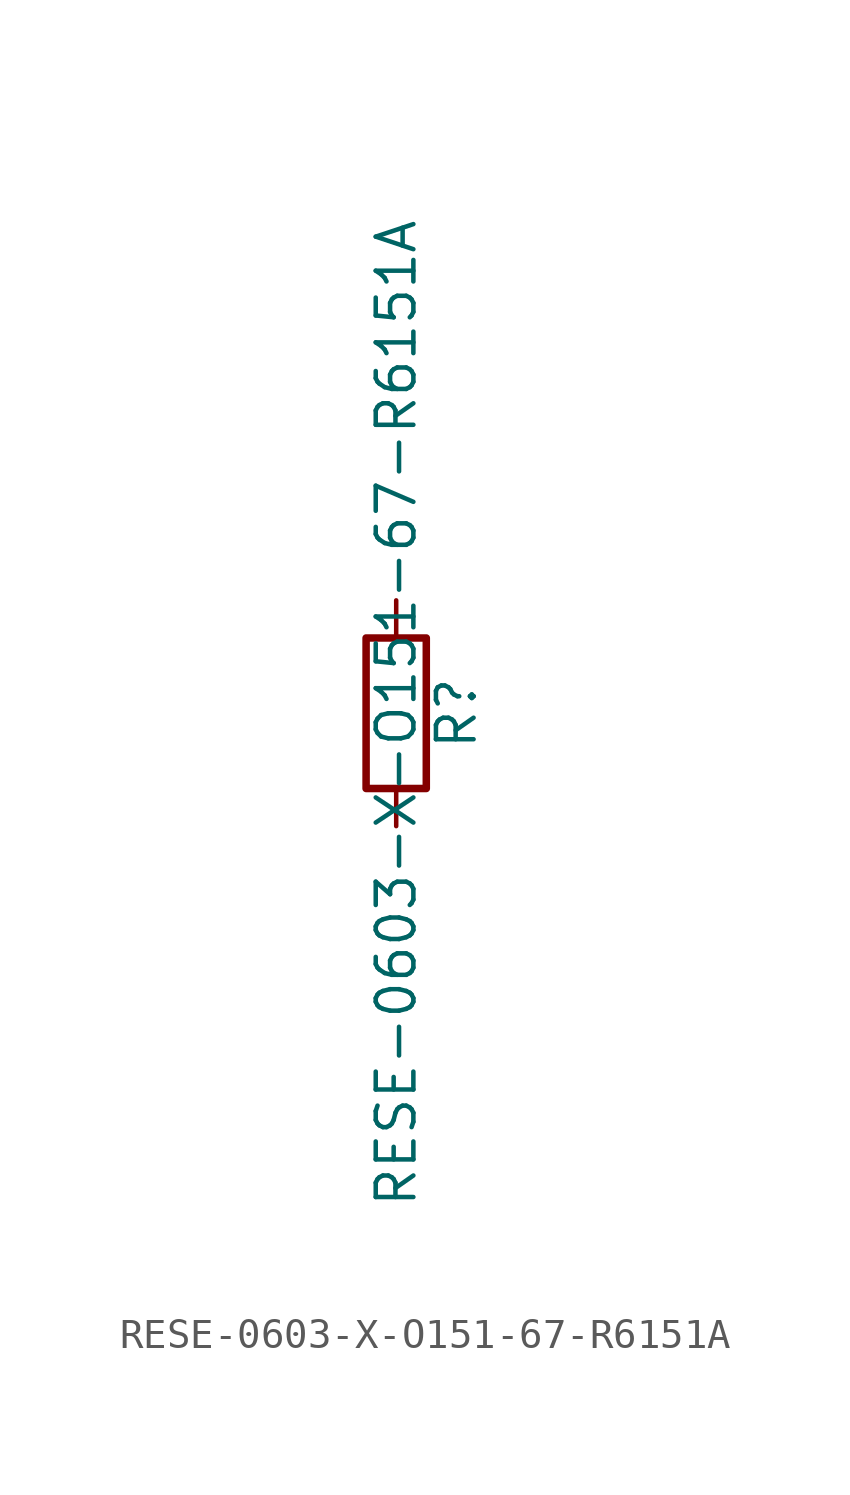
<source format=kicad_sym>
(kicad_symbol_lib
  (version 20211014)
  (generator kicad_symbol_editor)
  (symbol "RESE-0603-X-O151-67-R6151A"
    (pin_numbers hide)
    (pin_names
      (offset 0))
    (property "Reference" "R"
      (at 2.032 0 90)
      (effects (font (size 1.27 1.27))))
    (property "Value" "RESE-0603-X-O151-67-R6151A"
      (at 0 0 90)
      (effects (font (size 1.27 1.27))))
    (symbol "RESE-0603-X-O151-67-R6151A_0_1"
      (rectangle (start -1.016 -2.54) (end 1.016 2.54) (stroke (width 0.254) (type default) (color 0 0 0 0)) (fill (type none))))
    (symbol "RESE-0603-X-O151-67-R6151A_1_1"
      (pin passive line (at 0 3.81 270) (length 1.27) (name "~" (effects (font (size 1.27 1.27)))) (number "1" (effects (font (size 1.27 1.27)))))
      (pin passive line (at 0 -3.81 90) (length 1.27) (name "~" (effects (font (size 1.27 1.27)))) (number "2" (effects (font (size 1.27 1.27))))))))
</source>
